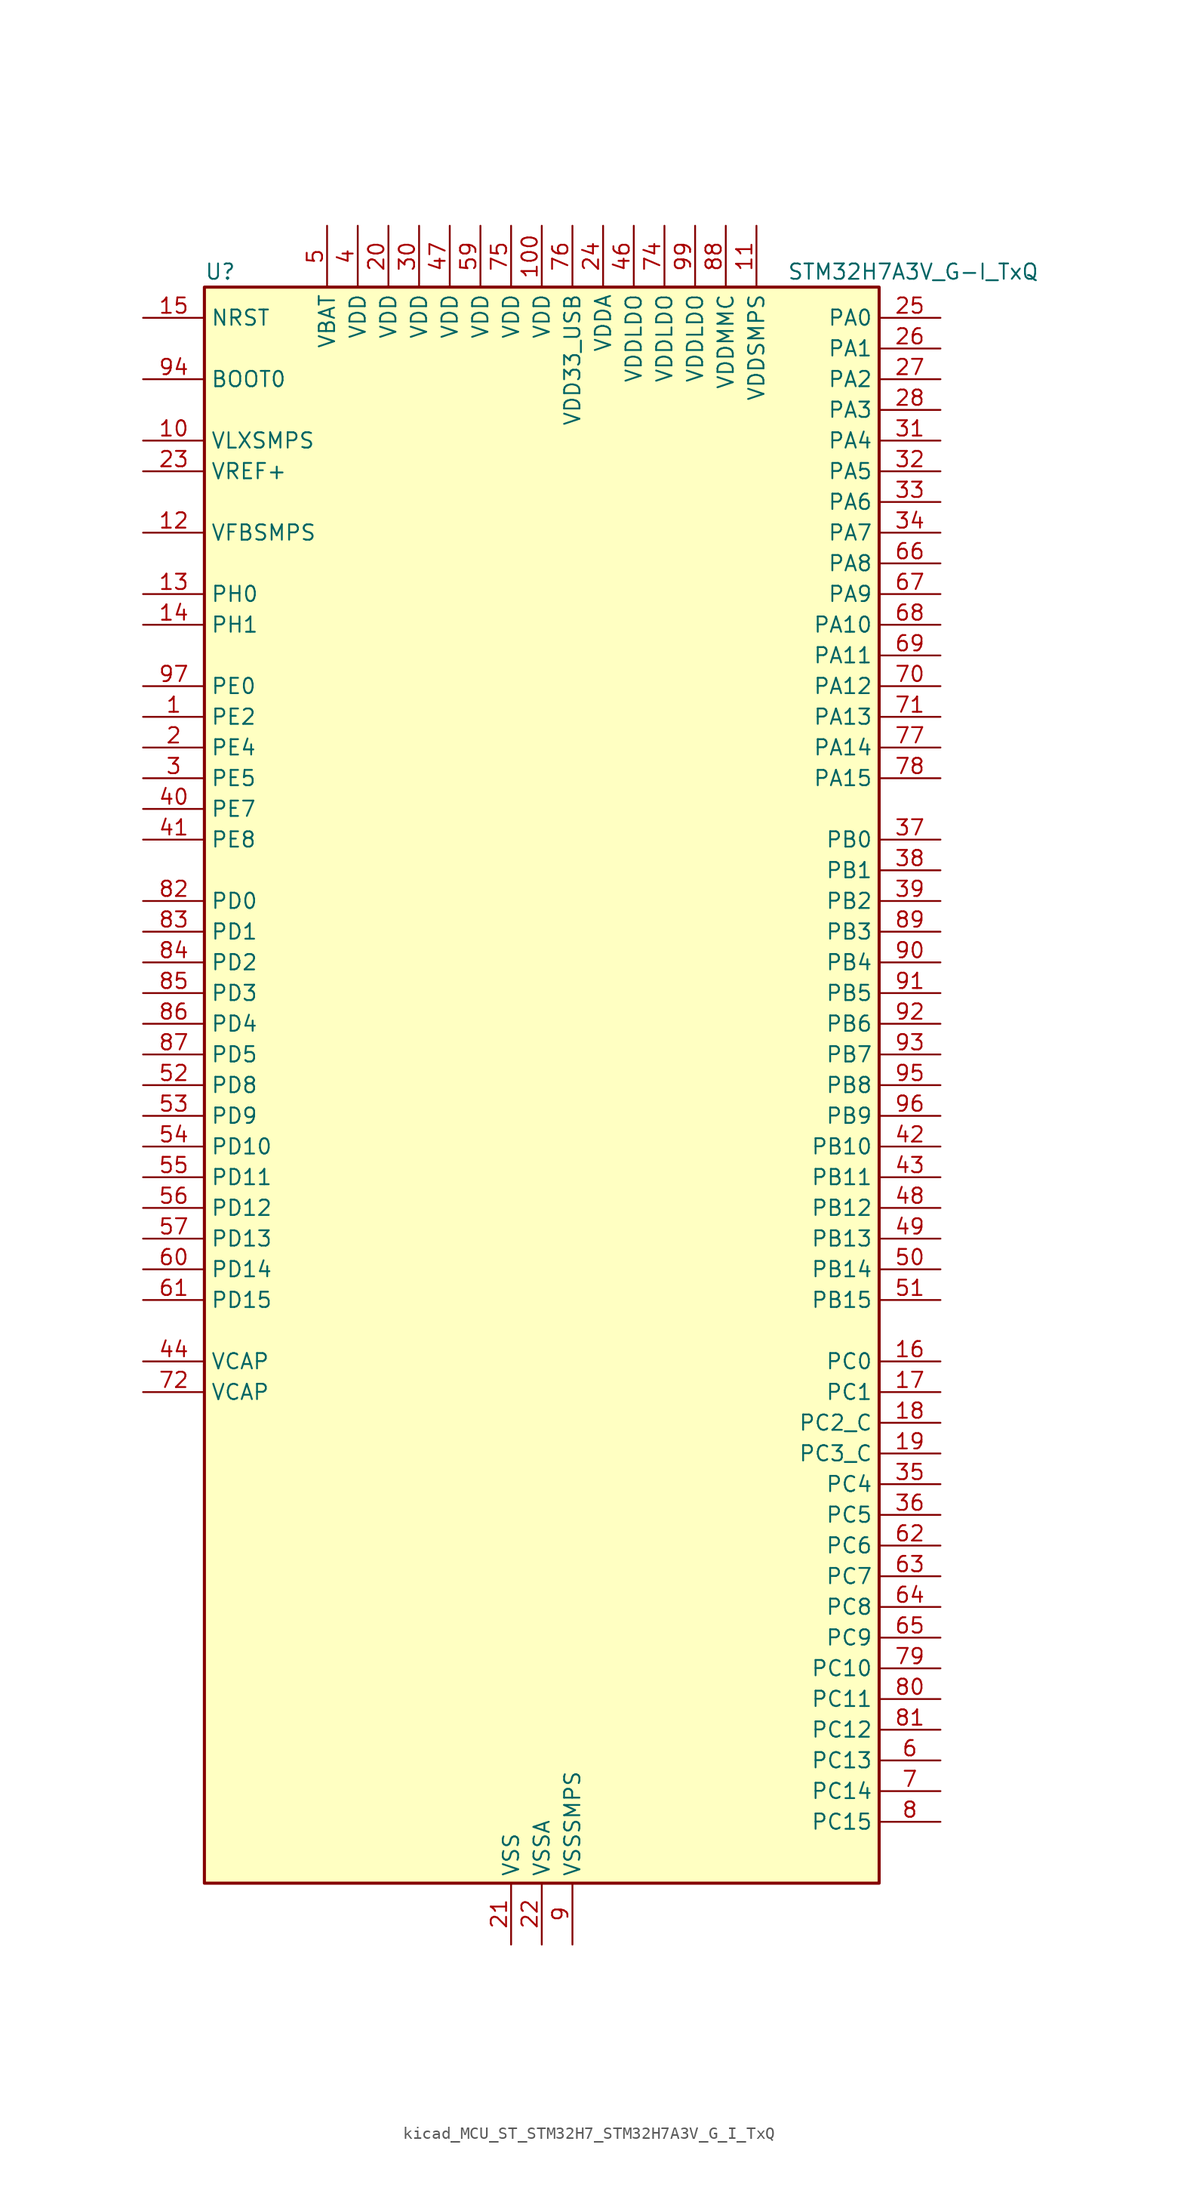
<source format=kicad_sym>
(kicad_symbol_lib
  (version 20220914)
  (generator kicad_symbol_editor)
  (symbol "kicad_MCU_ST_STM32H7_STM32H7A3V_G_I_TxQ"
    (property "Reference" "U"
      (at -27.94 67.31 0)
      (effects (font (size 1.27 1.27)) (justify left)))
    (property "Value" "STM32H7A3V_G-I_TxQ"
      (at 20.32 67.31 0)
      (effects (font (size 1.27 1.27)) (justify left)))
    (property "ki_locked" ""
      (at 0 0 0)
      (effects (font (size 1.27 1.27))))
    (symbol "kicad_MCU_ST_STM32H7_STM32H7A3V_G_I_TxQ_0_1"
      (rectangle (start -27.94 -66.04) (end 27.94 66.04) (stroke (width 0.254) (type default)) (fill (type background))))
    (symbol "kicad_MCU_ST_STM32H7_STM32H7A3V_G_I_TxQ_1_1"
      (pin bidirectional line (at -33.02 30.48 0) (length 5.08) (name "PE2" (effects (font (size 1.27 1.27)))) (number "1" (effects (font (size 1.27 1.27)))) (alternate "DEBUG_TRACECLK" bidirectional line) (alternate "FMC_A23" bidirectional line) (alternate "OCTOSPIM_P1_IO2" bidirectional line) (alternate "SAI1_CK1" bidirectional line) (alternate "SAI1_MCLK_A" bidirectional line) (alternate "SPI4_SCK" bidirectional line))
      (pin power_in line (at -33.02 53.34 0) (length 5.08) (name "VLXSMPS" (effects (font (size 1.27 1.27)))) (number "10" (effects (font (size 1.27 1.27)))))
      (pin power_in line (at 0 71.12 270) (length 5.08) (name "VDD" (effects (font (size 1.27 1.27)))) (number "100" (effects (font (size 1.27 1.27)))))
      (pin power_in line (at 17.78 71.12 270) (length 5.08) (name "VDDSMPS" (effects (font (size 1.27 1.27)))) (number "11" (effects (font (size 1.27 1.27)))))
      (pin input line (at -33.02 45.72 0) (length 5.08) (name "VFBSMPS" (effects (font (size 1.27 1.27)))) (number "12" (effects (font (size 1.27 1.27)))))
      (pin bidirectional line (at -33.02 40.64 0) (length 5.08) (name "PH0" (effects (font (size 1.27 1.27)))) (number "13" (effects (font (size 1.27 1.27)))) (alternate "RCC_OSC_IN" bidirectional line))
      (pin bidirectional line (at -33.02 38.1 0) (length 5.08) (name "PH1" (effects (font (size 1.27 1.27)))) (number "14" (effects (font (size 1.27 1.27)))) (alternate "RCC_OSC_OUT" bidirectional line))
      (pin input line (at -33.02 63.5 0) (length 5.08) (name "NRST" (effects (font (size 1.27 1.27)))) (number "15" (effects (font (size 1.27 1.27)))))
      (pin bidirectional line (at 33.02 -22.86 180) (length 5.08) (name "PC0" (effects (font (size 1.27 1.27)))) (number "16" (effects (font (size 1.27 1.27)))) (alternate "ADC1_INP10" bidirectional line) (alternate "ADC2_INP10" bidirectional line) (alternate "DFSDM1_CKIN0" bidirectional line) (alternate "DFSDM1_DATIN4" bidirectional line) (alternate "FMC_A25" bidirectional line) (alternate "FMC_SDNWE" bidirectional line) (alternate "LTDC_G2" bidirectional line) (alternate "LTDC_R5" bidirectional line) (alternate "SAI2_FS_B" bidirectional line) (alternate "USB_OTG_HS_ULPI_STP" bidirectional line))
      (pin bidirectional line (at 33.02 -25.4 180) (length 5.08) (name "PC1" (effects (font (size 1.27 1.27)))) (number "17" (effects (font (size 1.27 1.27)))) (alternate "ADC1_INN10" bidirectional line) (alternate "ADC1_INP11" bidirectional line) (alternate "ADC2_INN10" bidirectional line) (alternate "ADC2_INP11" bidirectional line) (alternate "DEBUG_TRACED0" bidirectional line) (alternate "DFSDM1_CKIN4" bidirectional line) (alternate "DFSDM1_DATIN0" bidirectional line) (alternate "I2S2_SDO" bidirectional line) (alternate "LTDC_G5" bidirectional line) (alternate "MDIOS_MDC" bidirectional line) (alternate "OCTOSPIM_P1_IO4" bidirectional line) (alternate "PWR_WKUP6" bidirectional line) (alternate "RTC_TAMP3" bidirectional line) (alternate "SAI1_D1" bidirectional line) (alternate "SAI1_SD_A" bidirectional line) (alternate "SDMMC2_CK" bidirectional line) (alternate "SPI2_MOSI" bidirectional line))
      (pin bidirectional line (at 33.02 -27.94 180) (length 5.08) (name "PC2_C" (effects (font (size 1.27 1.27)))) (number "18" (effects (font (size 1.27 1.27)))) (alternate "ADC2_INN1" bidirectional line) (alternate "ADC2_INP0" bidirectional line) (alternate "DFSDM1_CKIN1" bidirectional line) (alternate "DFSDM1_CKOUT" bidirectional line) (alternate "FMC_SDNE0" bidirectional line) (alternate "I2S2_SDI" bidirectional line) (alternate "OCTOSPIM_P1_IO2" bidirectional line) (alternate "OCTOSPIM_P1_IO5" bidirectional line) (alternate "PWR_CSTOP" bidirectional line) (alternate "SPI2_MISO" bidirectional line) (alternate "USB_OTG_HS_ULPI_DIR" bidirectional line))
      (pin bidirectional line (at 33.02 -30.48 180) (length 5.08) (name "PC3_C" (effects (font (size 1.27 1.27)))) (number "19" (effects (font (size 1.27 1.27)))) (alternate "ADC2_INP1" bidirectional line) (alternate "DFSDM1_DATIN1" bidirectional line) (alternate "FMC_SDCKE0" bidirectional line) (alternate "I2S2_SDO" bidirectional line) (alternate "OCTOSPIM_P1_IO0" bidirectional line) (alternate "OCTOSPIM_P1_IO6" bidirectional line) (alternate "PWR_CSLEEP" bidirectional line) (alternate "SPI2_MOSI" bidirectional line) (alternate "USB_OTG_HS_ULPI_NXT" bidirectional line))
      (pin bidirectional line (at -33.02 27.94 0) (length 5.08) (name "PE4" (effects (font (size 1.27 1.27)))) (number "2" (effects (font (size 1.27 1.27)))) (alternate "DCMI_D4" bidirectional line) (alternate "DEBUG_TRACED1" bidirectional line) (alternate "DFSDM1_DATIN3" bidirectional line) (alternate "FMC_A20" bidirectional line) (alternate "LTDC_B0" bidirectional line) (alternate "PSSI_D4" bidirectional line) (alternate "SAI1_D2" bidirectional line) (alternate "SAI1_FS_A" bidirectional line) (alternate "SPI4_NSS" bidirectional line) (alternate "TIM15_CH1N" bidirectional line))
      (pin power_in line (at -12.7 71.12 270) (length 5.08) (name "VDD" (effects (font (size 1.27 1.27)))) (number "20" (effects (font (size 1.27 1.27)))))
      (pin power_in line (at -2.54 -71.12 90) (length 5.08) (name "VSS" (effects (font (size 1.27 1.27)))) (number "21" (effects (font (size 1.27 1.27)))))
      (pin power_in line (at 0 -71.12 90) (length 5.08) (name "VSSA" (effects (font (size 1.27 1.27)))) (number "22" (effects (font (size 1.27 1.27)))))
      (pin input line (at -33.02 50.8 0) (length 5.08) (name "VREF+" (effects (font (size 1.27 1.27)))) (number "23" (effects (font (size 1.27 1.27)))) (alternate "VREFBUF_OUT" bidirectional line))
      (pin power_in line (at 5.08 71.12 270) (length 5.08) (name "VDDA" (effects (font (size 1.27 1.27)))) (number "24" (effects (font (size 1.27 1.27)))))
      (pin bidirectional line (at 33.02 63.5 180) (length 5.08) (name "PA0" (effects (font (size 1.27 1.27)))) (number "25" (effects (font (size 1.27 1.27)))) (alternate "ADC1_INP16" bidirectional line) (alternate "I2S6_WS" bidirectional line) (alternate "PWR_WKUP1" bidirectional line) (alternate "SAI2_SD_B" bidirectional line) (alternate "SDMMC2_CMD" bidirectional line) (alternate "SPI6_NSS" bidirectional line) (alternate "TIM15_BKIN" bidirectional line) (alternate "TIM2_CH1" bidirectional line) (alternate "TIM2_ETR" bidirectional line) (alternate "TIM5_CH1" bidirectional line) (alternate "TIM8_ETR" bidirectional line) (alternate "UART4_TX" bidirectional line) (alternate "USART2_CTS" bidirectional line) (alternate "USART2_NSS" bidirectional line))
      (pin bidirectional line (at 33.02 60.96 180) (length 5.08) (name "PA1" (effects (font (size 1.27 1.27)))) (number "26" (effects (font (size 1.27 1.27)))) (alternate "ADC1_INN16" bidirectional line) (alternate "ADC1_INP17" bidirectional line) (alternate "LPTIM3_OUT" bidirectional line) (alternate "LTDC_R2" bidirectional line) (alternate "OCTOSPIM_P1_DQS" bidirectional line) (alternate "OCTOSPIM_P1_IO3" bidirectional line) (alternate "SAI2_MCLK_B" bidirectional line) (alternate "TIM15_CH1N" bidirectional line) (alternate "TIM2_CH2" bidirectional line) (alternate "TIM5_CH2" bidirectional line) (alternate "UART4_RX" bidirectional line) (alternate "USART2_DE" bidirectional line) (alternate "USART2_RTS" bidirectional line))
      (pin bidirectional line (at 33.02 58.42 180) (length 5.08) (name "PA2" (effects (font (size 1.27 1.27)))) (number "27" (effects (font (size 1.27 1.27)))) (alternate "ADC1_INP14" bidirectional line) (alternate "DFSDM2_CKIN1" bidirectional line) (alternate "LTDC_R1" bidirectional line) (alternate "MDIOS_MDIO" bidirectional line) (alternate "PWR_WKUP2" bidirectional line) (alternate "SAI2_SCK_B" bidirectional line) (alternate "TIM15_CH1" bidirectional line) (alternate "TIM2_CH3" bidirectional line) (alternate "TIM5_CH3" bidirectional line) (alternate "USART2_TX" bidirectional line))
      (pin bidirectional line (at 33.02 55.88 180) (length 5.08) (name "PA3" (effects (font (size 1.27 1.27)))) (number "28" (effects (font (size 1.27 1.27)))) (alternate "ADC1_INP15" bidirectional line) (alternate "I2S6_MCK" bidirectional line) (alternate "LTDC_B2" bidirectional line) (alternate "LTDC_B5" bidirectional line) (alternate "OCTOSPIM_P1_CLK" bidirectional line) (alternate "TIM15_CH2" bidirectional line) (alternate "TIM2_CH4" bidirectional line) (alternate "TIM5_CH4" bidirectional line) (alternate "USART2_RX" bidirectional line) (alternate "USB_OTG_HS_ULPI_D0" bidirectional line))
      (pin passive line (at -2.54 -71.12 90) (length 5.08) hide (name "VSS" (effects (font (size 1.27 1.27)))) (number "29" (effects (font (size 1.27 1.27)))))
      (pin bidirectional line (at -33.02 25.4 0) (length 5.08) (name "PE5" (effects (font (size 1.27 1.27)))) (number "3" (effects (font (size 1.27 1.27)))) (alternate "DCMI_D6" bidirectional line) (alternate "DEBUG_TRACED2" bidirectional line) (alternate "DFSDM1_CKIN3" bidirectional line) (alternate "FMC_A21" bidirectional line) (alternate "LTDC_G0" bidirectional line) (alternate "PSSI_D6" bidirectional line) (alternate "SAI1_CK2" bidirectional line) (alternate "SAI1_SCK_A" bidirectional line) (alternate "SPI4_MISO" bidirectional line) (alternate "TIM15_CH1" bidirectional line))
      (pin power_in line (at -10.16 71.12 270) (length 5.08) (name "VDD" (effects (font (size 1.27 1.27)))) (number "30" (effects (font (size 1.27 1.27)))))
      (pin bidirectional line (at 33.02 53.34 180) (length 5.08) (name "PA4" (effects (font (size 1.27 1.27)))) (number "31" (effects (font (size 1.27 1.27)))) (alternate "ADC1_INP18" bidirectional line) (alternate "DAC1_OUT1" bidirectional line) (alternate "DCMI_HSYNC" bidirectional line) (alternate "I2S1_WS" bidirectional line) (alternate "I2S3_WS" bidirectional line) (alternate "I2S6_WS" bidirectional line) (alternate "LTDC_VSYNC" bidirectional line) (alternate "PSSI_DE" bidirectional line) (alternate "SPI1_NSS" bidirectional line) (alternate "SPI3_NSS" bidirectional line) (alternate "SPI6_NSS" bidirectional line) (alternate "TIM5_ETR" bidirectional line) (alternate "USART2_CK" bidirectional line))
      (pin bidirectional line (at 33.02 50.8 180) (length 5.08) (name "PA5" (effects (font (size 1.27 1.27)))) (number "32" (effects (font (size 1.27 1.27)))) (alternate "ADC1_INN18" bidirectional line) (alternate "ADC1_INP19" bidirectional line) (alternate "DAC1_OUT2" bidirectional line) (alternate "I2S1_CK" bidirectional line) (alternate "I2S6_CK" bidirectional line) (alternate "LTDC_R4" bidirectional line) (alternate "PSSI_D14" bidirectional line) (alternate "PWR_NDSTOP2" bidirectional line) (alternate "SPI1_SCK" bidirectional line) (alternate "SPI6_SCK" bidirectional line) (alternate "TIM2_CH1" bidirectional line) (alternate "TIM2_ETR" bidirectional line) (alternate "TIM8_CH1N" bidirectional line) (alternate "USB_OTG_HS_ULPI_CK" bidirectional line))
      (pin bidirectional line (at 33.02 48.26 180) (length 5.08) (name "PA6" (effects (font (size 1.27 1.27)))) (number "33" (effects (font (size 1.27 1.27)))) (alternate "ADC1_INP3" bidirectional line) (alternate "ADC2_INP3" bidirectional line) (alternate "DAC2_OUT1" bidirectional line) (alternate "DCMI_PIXCLK" bidirectional line) (alternate "I2S1_SDI" bidirectional line) (alternate "I2S6_SDI" bidirectional line) (alternate "LTDC_G2" bidirectional line) (alternate "MDIOS_MDC" bidirectional line) (alternate "OCTOSPIM_P1_IO3" bidirectional line) (alternate "PSSI_PDCK" bidirectional line) (alternate "SPI1_MISO" bidirectional line) (alternate "SPI6_MISO" bidirectional line) (alternate "TIM13_CH1" bidirectional line) (alternate "TIM1_BKIN" bidirectional line) (alternate "TIM1_BKIN_COMP1" bidirectional line) (alternate "TIM1_BKIN_COMP2" bidirectional line) (alternate "TIM3_CH1" bidirectional line) (alternate "TIM8_BKIN" bidirectional line) (alternate "TIM8_BKIN_COMP1" bidirectional line) (alternate "TIM8_BKIN_COMP2" bidirectional line))
      (pin bidirectional line (at 33.02 45.72 180) (length 5.08) (name "PA7" (effects (font (size 1.27 1.27)))) (number "34" (effects (font (size 1.27 1.27)))) (alternate "ADC1_INN3" bidirectional line) (alternate "ADC1_INP7" bidirectional line) (alternate "ADC2_INN3" bidirectional line) (alternate "ADC2_INP7" bidirectional line) (alternate "DFSDM2_DATIN1" bidirectional line) (alternate "FMC_SDNWE" bidirectional line) (alternate "I2S1_SDO" bidirectional line) (alternate "I2S6_SDO" bidirectional line) (alternate "LTDC_VSYNC" bidirectional line) (alternate "OCTOSPIM_P1_IO2" bidirectional line) (alternate "OPAMP1_VINM" bidirectional line) (alternate "SPI1_MOSI" bidirectional line) (alternate "SPI6_MOSI" bidirectional line) (alternate "TIM14_CH1" bidirectional line) (alternate "TIM1_CH1N" bidirectional line) (alternate "TIM3_CH2" bidirectional line) (alternate "TIM8_CH1N" bidirectional line))
      (pin bidirectional line (at 33.02 -33.02 180) (length 5.08) (name "PC4" (effects (font (size 1.27 1.27)))) (number "35" (effects (font (size 1.27 1.27)))) (alternate "ADC1_INP4" bidirectional line) (alternate "ADC2_INP4" bidirectional line) (alternate "COMP1_INM" bidirectional line) (alternate "DFSDM1_CKIN2" bidirectional line) (alternate "FMC_SDNE0" bidirectional line) (alternate "I2S1_MCK" bidirectional line) (alternate "LTDC_R7" bidirectional line) (alternate "OPAMP1_VOUT" bidirectional line))
      (pin bidirectional line (at 33.02 -35.56 180) (length 5.08) (name "PC5" (effects (font (size 1.27 1.27)))) (number "36" (effects (font (size 1.27 1.27)))) (alternate "ADC1_INN4" bidirectional line) (alternate "ADC1_INP8" bidirectional line) (alternate "ADC2_INN4" bidirectional line) (alternate "ADC2_INP8" bidirectional line) (alternate "COMP1_OUT" bidirectional line) (alternate "DFSDM1_DATIN2" bidirectional line) (alternate "FMC_SDCKE0" bidirectional line) (alternate "LTDC_DE" bidirectional line) (alternate "OCTOSPIM_P1_DQS" bidirectional line) (alternate "OPAMP1_VINM" bidirectional line) (alternate "PSSI_D15" bidirectional line) (alternate "SAI1_D3" bidirectional line))
      (pin bidirectional line (at 33.02 20.32 180) (length 5.08) (name "PB0" (effects (font (size 1.27 1.27)))) (number "37" (effects (font (size 1.27 1.27)))) (alternate "ADC1_INN5" bidirectional line) (alternate "ADC1_INP9" bidirectional line) (alternate "ADC2_INN5" bidirectional line) (alternate "ADC2_INP9" bidirectional line) (alternate "COMP1_INP" bidirectional line) (alternate "DFSDM1_CKOUT" bidirectional line) (alternate "DFSDM2_CKOUT" bidirectional line) (alternate "LTDC_G1" bidirectional line) (alternate "LTDC_R3" bidirectional line) (alternate "OCTOSPIM_P1_IO1" bidirectional line) (alternate "OPAMP1_VINP" bidirectional line) (alternate "TIM1_CH2N" bidirectional line) (alternate "TIM3_CH3" bidirectional line) (alternate "TIM8_CH2N" bidirectional line) (alternate "UART4_CTS" bidirectional line) (alternate "USB_OTG_HS_ULPI_D1" bidirectional line))
      (pin bidirectional line (at 33.02 17.78 180) (length 5.08) (name "PB1" (effects (font (size 1.27 1.27)))) (number "38" (effects (font (size 1.27 1.27)))) (alternate "ADC1_INP5" bidirectional line) (alternate "ADC2_INP5" bidirectional line) (alternate "COMP1_INM" bidirectional line) (alternate "DFSDM1_DATIN1" bidirectional line) (alternate "LTDC_G0" bidirectional line) (alternate "LTDC_R6" bidirectional line) (alternate "OCTOSPIM_P1_IO0" bidirectional line) (alternate "TIM1_CH3N" bidirectional line) (alternate "TIM3_CH4" bidirectional line) (alternate "TIM8_CH3N" bidirectional line) (alternate "USB_OTG_HS_ULPI_D2" bidirectional line))
      (pin bidirectional line (at 33.02 15.24 180) (length 5.08) (name "PB2" (effects (font (size 1.27 1.27)))) (number "39" (effects (font (size 1.27 1.27)))) (alternate "COMP1_INP" bidirectional line) (alternate "DFSDM1_CKIN1" bidirectional line) (alternate "I2S3_SDO" bidirectional line) (alternate "OCTOSPIM_P1_CLK" bidirectional line) (alternate "OCTOSPIM_P1_DQS" bidirectional line) (alternate "RTC_OUT_ALARM" bidirectional line) (alternate "RTC_OUT_CALIB" bidirectional line) (alternate "SAI1_D1" bidirectional line) (alternate "SAI1_SD_A" bidirectional line) (alternate "SPI3_MOSI" bidirectional line))
      (pin power_in line (at -15.24 71.12 270) (length 5.08) (name "VDD" (effects (font (size 1.27 1.27)))) (number "4" (effects (font (size 1.27 1.27)))))
      (pin bidirectional line (at -33.02 22.86 0) (length 5.08) (name "PE7" (effects (font (size 1.27 1.27)))) (number "40" (effects (font (size 1.27 1.27)))) (alternate "COMP2_INM" bidirectional line) (alternate "DFSDM1_DATIN2" bidirectional line) (alternate "FMC_D4" bidirectional line) (alternate "FMC_DA4" bidirectional line) (alternate "OCTOSPIM_P1_IO4" bidirectional line) (alternate "OPAMP2_VOUT" bidirectional line) (alternate "TIM1_ETR" bidirectional line) (alternate "UART7_RX" bidirectional line))
      (pin bidirectional line (at -33.02 20.32 0) (length 5.08) (name "PE8" (effects (font (size 1.27 1.27)))) (number "41" (effects (font (size 1.27 1.27)))) (alternate "COMP2_OUT" bidirectional line) (alternate "DFSDM1_CKIN2" bidirectional line) (alternate "FMC_D5" bidirectional line) (alternate "FMC_DA5" bidirectional line) (alternate "OCTOSPIM_P1_IO5" bidirectional line) (alternate "OPAMP2_VINM" bidirectional line) (alternate "TIM1_CH1N" bidirectional line) (alternate "UART7_TX" bidirectional line))
      (pin bidirectional line (at 33.02 -5.08 180) (length 5.08) (name "PB10" (effects (font (size 1.27 1.27)))) (number "42" (effects (font (size 1.27 1.27)))) (alternate "DFSDM1_DATIN7" bidirectional line) (alternate "I2C2_SCL" bidirectional line) (alternate "I2S2_CK" bidirectional line) (alternate "LPTIM2_IN1" bidirectional line) (alternate "LTDC_G4" bidirectional line) (alternate "OCTOSPIM_P1_NCS" bidirectional line) (alternate "SPI2_SCK" bidirectional line) (alternate "TIM2_CH3" bidirectional line) (alternate "USART3_TX" bidirectional line) (alternate "USB_OTG_HS_ULPI_D3" bidirectional line))
      (pin bidirectional line (at 33.02 -7.62 180) (length 5.08) (name "PB11" (effects (font (size 1.27 1.27)))) (number "43" (effects (font (size 1.27 1.27)))) (alternate "ADC1_EXTI11" bidirectional line) (alternate "ADC2_EXTI11" bidirectional line) (alternate "DFSDM1_CKIN7" bidirectional line) (alternate "I2C2_SDA" bidirectional line) (alternate "LPTIM2_ETR" bidirectional line) (alternate "LTDC_G5" bidirectional line) (alternate "TIM2_CH4" bidirectional line) (alternate "USART3_RX" bidirectional line) (alternate "USB_OTG_HS_ULPI_D4" bidirectional line))
      (pin power_out line (at -33.02 -22.86 0) (length 5.08) (name "VCAP" (effects (font (size 1.27 1.27)))) (number "44" (effects (font (size 1.27 1.27)))))
      (pin passive line (at -2.54 -71.12 90) (length 5.08) hide (name "VSS" (effects (font (size 1.27 1.27)))) (number "45" (effects (font (size 1.27 1.27)))))
      (pin power_in line (at 7.62 71.12 270) (length 5.08) (name "VDDLDO" (effects (font (size 1.27 1.27)))) (number "46" (effects (font (size 1.27 1.27)))))
      (pin power_in line (at -7.62 71.12 270) (length 5.08) (name "VDD" (effects (font (size 1.27 1.27)))) (number "47" (effects (font (size 1.27 1.27)))))
      (pin bidirectional line (at 33.02 -10.16 180) (length 5.08) (name "PB12" (effects (font (size 1.27 1.27)))) (number "48" (effects (font (size 1.27 1.27)))) (alternate "DFSDM1_DATIN1" bidirectional line) (alternate "DFSDM2_DATIN1" bidirectional line) (alternate "FDCAN2_RX" bidirectional line) (alternate "I2C2_SMBA" bidirectional line) (alternate "I2S2_WS" bidirectional line) (alternate "OCTOSPIM_P1_NCLK" bidirectional line) (alternate "SPI2_NSS" bidirectional line) (alternate "TIM1_BKIN" bidirectional line) (alternate "TIM1_BKIN_COMP1" bidirectional line) (alternate "TIM1_BKIN_COMP2" bidirectional line) (alternate "UART5_RX" bidirectional line) (alternate "USART3_CK" bidirectional line) (alternate "USB_OTG_HS_ULPI_D5" bidirectional line))
      (pin bidirectional line (at 33.02 -12.7 180) (length 5.08) (name "PB13" (effects (font (size 1.27 1.27)))) (number "49" (effects (font (size 1.27 1.27)))) (alternate "DCMI_D2" bidirectional line) (alternate "DFSDM1_CKIN1" bidirectional line) (alternate "DFSDM2_CKIN1" bidirectional line) (alternate "FDCAN2_TX" bidirectional line) (alternate "I2S2_CK" bidirectional line) (alternate "LPTIM2_OUT" bidirectional line) (alternate "PSSI_D2" bidirectional line) (alternate "SDMMC1_D0" bidirectional line) (alternate "SPI2_SCK" bidirectional line) (alternate "TIM1_CH1N" bidirectional line) (alternate "UART5_TX" bidirectional line) (alternate "USART3_CTS" bidirectional line) (alternate "USART3_NSS" bidirectional line) (alternate "USB_OTG_HS_ULPI_D6" bidirectional line))
      (pin power_in line (at -17.78 71.12 270) (length 5.08) (name "VBAT" (effects (font (size 1.27 1.27)))) (number "5" (effects (font (size 1.27 1.27)))))
      (pin bidirectional line (at 33.02 -15.24 180) (length 5.08) (name "PB14" (effects (font (size 1.27 1.27)))) (number "50" (effects (font (size 1.27 1.27)))) (alternate "DFSDM1_DATIN2" bidirectional line) (alternate "I2S2_SDI" bidirectional line) (alternate "LTDC_CLK" bidirectional line) (alternate "SDMMC2_D0" bidirectional line) (alternate "SPI2_MISO" bidirectional line) (alternate "TIM12_CH1" bidirectional line) (alternate "TIM1_CH2N" bidirectional line) (alternate "TIM8_CH2N" bidirectional line) (alternate "UART4_DE" bidirectional line) (alternate "UART4_RTS" bidirectional line) (alternate "USART1_TX" bidirectional line) (alternate "USART3_DE" bidirectional line) (alternate "USART3_RTS" bidirectional line))
      (pin bidirectional line (at 33.02 -17.78 180) (length 5.08) (name "PB15" (effects (font (size 1.27 1.27)))) (number "51" (effects (font (size 1.27 1.27)))) (alternate "ADC1_EXTI15" bidirectional line) (alternate "ADC2_EXTI15" bidirectional line) (alternate "DFSDM1_CKIN2" bidirectional line) (alternate "I2S2_SDO" bidirectional line) (alternate "LTDC_G7" bidirectional line) (alternate "RTC_REFIN" bidirectional line) (alternate "SDMMC2_D1" bidirectional line) (alternate "SPI2_MOSI" bidirectional line) (alternate "TIM12_CH2" bidirectional line) (alternate "TIM1_CH3N" bidirectional line) (alternate "TIM8_CH3N" bidirectional line) (alternate "UART4_CTS" bidirectional line) (alternate "USART1_RX" bidirectional line))
      (pin bidirectional line (at -33.02 0 0) (length 5.08) (name "PD8" (effects (font (size 1.27 1.27)))) (number "52" (effects (font (size 1.27 1.27)))) (alternate "DFSDM1_CKIN3" bidirectional line) (alternate "FMC_D13" bidirectional line) (alternate "FMC_DA13" bidirectional line) (alternate "USART3_TX" bidirectional line))
      (pin bidirectional line (at -33.02 -2.54 0) (length 5.08) (name "PD9" (effects (font (size 1.27 1.27)))) (number "53" (effects (font (size 1.27 1.27)))) (alternate "DAC1_EXTI9" bidirectional line) (alternate "DFSDM1_DATIN3" bidirectional line) (alternate "FMC_D14" bidirectional line) (alternate "FMC_DA14" bidirectional line) (alternate "USART3_RX" bidirectional line))
      (pin bidirectional line (at -33.02 -5.08 0) (length 5.08) (name "PD10" (effects (font (size 1.27 1.27)))) (number "54" (effects (font (size 1.27 1.27)))) (alternate "DFSDM1_CKOUT" bidirectional line) (alternate "DFSDM2_CKOUT" bidirectional line) (alternate "FMC_D15" bidirectional line) (alternate "FMC_DA15" bidirectional line) (alternate "LTDC_B3" bidirectional line) (alternate "USART3_CK" bidirectional line))
      (pin bidirectional line (at -33.02 -7.62 0) (length 5.08) (name "PD11" (effects (font (size 1.27 1.27)))) (number "55" (effects (font (size 1.27 1.27)))) (alternate "ADC1_EXTI11" bidirectional line) (alternate "ADC2_EXTI11" bidirectional line) (alternate "FMC_A16" bidirectional line) (alternate "FMC_CLE" bidirectional line) (alternate "I2C4_SMBA" bidirectional line) (alternate "LPTIM2_IN2" bidirectional line) (alternate "OCTOSPIM_P1_IO0" bidirectional line) (alternate "SAI2_SD_A" bidirectional line) (alternate "USART3_CTS" bidirectional line) (alternate "USART3_NSS" bidirectional line))
      (pin bidirectional line (at -33.02 -10.16 0) (length 5.08) (name "PD12" (effects (font (size 1.27 1.27)))) (number "56" (effects (font (size 1.27 1.27)))) (alternate "DCMI_D12" bidirectional line) (alternate "FMC_A17" bidirectional line) (alternate "FMC_ALE" bidirectional line) (alternate "I2C4_SCL" bidirectional line) (alternate "LPTIM1_IN1" bidirectional line) (alternate "LPTIM2_IN1" bidirectional line) (alternate "OCTOSPIM_P1_IO1" bidirectional line) (alternate "PSSI_D12" bidirectional line) (alternate "SAI2_FS_A" bidirectional line) (alternate "TIM4_CH1" bidirectional line) (alternate "USART3_DE" bidirectional line) (alternate "USART3_RTS" bidirectional line))
      (pin bidirectional line (at -33.02 -12.7 0) (length 5.08) (name "PD13" (effects (font (size 1.27 1.27)))) (number "57" (effects (font (size 1.27 1.27)))) (alternate "DCMI_D13" bidirectional line) (alternate "FMC_A18" bidirectional line) (alternate "I2C4_SDA" bidirectional line) (alternate "LPTIM1_OUT" bidirectional line) (alternate "OCTOSPIM_P1_IO3" bidirectional line) (alternate "PSSI_D13" bidirectional line) (alternate "SAI2_SCK_A" bidirectional line) (alternate "TIM4_CH2" bidirectional line) (alternate "UART9_DE" bidirectional line) (alternate "UART9_RTS" bidirectional line))
      (pin passive line (at -2.54 -71.12 90) (length 5.08) hide (name "VSS" (effects (font (size 1.27 1.27)))) (number "58" (effects (font (size 1.27 1.27)))))
      (pin power_in line (at -5.08 71.12 270) (length 5.08) (name "VDD" (effects (font (size 1.27 1.27)))) (number "59" (effects (font (size 1.27 1.27)))))
      (pin bidirectional line (at 33.02 -55.88 180) (length 5.08) (name "PC13" (effects (font (size 1.27 1.27)))) (number "6" (effects (font (size 1.27 1.27)))) (alternate "PWR_WKUP4" bidirectional line) (alternate "RTC_OUT_ALARM" bidirectional line) (alternate "RTC_OUT_CALIB" bidirectional line) (alternate "RTC_TAMP1" bidirectional line) (alternate "RTC_TS" bidirectional line))
      (pin bidirectional line (at -33.02 -15.24 0) (length 5.08) (name "PD14" (effects (font (size 1.27 1.27)))) (number "60" (effects (font (size 1.27 1.27)))) (alternate "FMC_D0" bidirectional line) (alternate "FMC_DA0" bidirectional line) (alternate "TIM4_CH3" bidirectional line) (alternate "UART8_CTS" bidirectional line) (alternate "UART9_RX" bidirectional line))
      (pin bidirectional line (at -33.02 -17.78 0) (length 5.08) (name "PD15" (effects (font (size 1.27 1.27)))) (number "61" (effects (font (size 1.27 1.27)))) (alternate "ADC1_EXTI15" bidirectional line) (alternate "ADC2_EXTI15" bidirectional line) (alternate "FMC_D1" bidirectional line) (alternate "FMC_DA1" bidirectional line) (alternate "TIM4_CH4" bidirectional line) (alternate "UART8_DE" bidirectional line) (alternate "UART8_RTS" bidirectional line) (alternate "UART9_TX" bidirectional line))
      (pin bidirectional line (at 33.02 -38.1 180) (length 5.08) (name "PC6" (effects (font (size 1.27 1.27)))) (number "62" (effects (font (size 1.27 1.27)))) (alternate "DCMI_D0" bidirectional line) (alternate "DFSDM1_CKIN3" bidirectional line) (alternate "FMC_NWAIT" bidirectional line) (alternate "I2S2_MCK" bidirectional line) (alternate "LTDC_HSYNC" bidirectional line) (alternate "PSSI_D0" bidirectional line) (alternate "SDMMC1_D0DIR" bidirectional line) (alternate "SDMMC1_D6" bidirectional line) (alternate "SDMMC2_D6" bidirectional line) (alternate "SWPMI1_IO" bidirectional line) (alternate "TIM3_CH1" bidirectional line) (alternate "TIM8_CH1" bidirectional line) (alternate "USART6_TX" bidirectional line))
      (pin bidirectional line (at 33.02 -40.64 180) (length 5.08) (name "PC7" (effects (font (size 1.27 1.27)))) (number "63" (effects (font (size 1.27 1.27)))) (alternate "DCMI_D1" bidirectional line) (alternate "DEBUG_TRGIO" bidirectional line) (alternate "DFSDM1_DATIN3" bidirectional line) (alternate "FMC_NE1" bidirectional line) (alternate "I2S3_MCK" bidirectional line) (alternate "LTDC_G6" bidirectional line) (alternate "PSSI_D1" bidirectional line) (alternate "SDMMC1_D123DIR" bidirectional line) (alternate "SDMMC1_D7" bidirectional line) (alternate "SDMMC2_D7" bidirectional line) (alternate "SWPMI1_TX" bidirectional line) (alternate "TIM3_CH2" bidirectional line) (alternate "TIM8_CH2" bidirectional line) (alternate "USART6_RX" bidirectional line))
      (pin bidirectional line (at 33.02 -43.18 180) (length 5.08) (name "PC8" (effects (font (size 1.27 1.27)))) (number "64" (effects (font (size 1.27 1.27)))) (alternate "DCMI_D2" bidirectional line) (alternate "DEBUG_TRACED1" bidirectional line) (alternate "FMC_INT" bidirectional line) (alternate "FMC_NCE" bidirectional line) (alternate "FMC_NE2" bidirectional line) (alternate "PSSI_D2" bidirectional line) (alternate "SDMMC1_D0" bidirectional line) (alternate "SWPMI1_RX" bidirectional line) (alternate "TIM3_CH3" bidirectional line) (alternate "TIM8_CH3" bidirectional line) (alternate "UART5_DE" bidirectional line) (alternate "UART5_RTS" bidirectional line) (alternate "USART6_CK" bidirectional line))
      (pin bidirectional line (at 33.02 -45.72 180) (length 5.08) (name "PC9" (effects (font (size 1.27 1.27)))) (number "65" (effects (font (size 1.27 1.27)))) (alternate "DAC1_EXTI9" bidirectional line) (alternate "DCMI_D3" bidirectional line) (alternate "I2C3_SDA" bidirectional line) (alternate "I2S_CKIN" bidirectional line) (alternate "LTDC_B2" bidirectional line) (alternate "LTDC_G3" bidirectional line) (alternate "OCTOSPIM_P1_IO0" bidirectional line) (alternate "PSSI_D3" bidirectional line) (alternate "RCC_MCO_2" bidirectional line) (alternate "SDMMC1_D1" bidirectional line) (alternate "SWPMI1_SUSPEND" bidirectional line) (alternate "TIM3_CH4" bidirectional line) (alternate "TIM8_CH4" bidirectional line) (alternate "UART5_CTS" bidirectional line))
      (pin bidirectional line (at 33.02 43.18 180) (length 5.08) (name "PA8" (effects (font (size 1.27 1.27)))) (number "66" (effects (font (size 1.27 1.27)))) (alternate "I2C3_SCL" bidirectional line) (alternate "LTDC_B3" bidirectional line) (alternate "LTDC_R6" bidirectional line) (alternate "RCC_MCO_1" bidirectional line) (alternate "TIM1_CH1" bidirectional line) (alternate "TIM8_BKIN2" bidirectional line) (alternate "TIM8_BKIN2_COMP1" bidirectional line) (alternate "TIM8_BKIN2_COMP2" bidirectional line) (alternate "UART7_RX" bidirectional line) (alternate "USART1_CK" bidirectional line) (alternate "USB_OTG_HS_SOF" bidirectional line))
      (pin bidirectional line (at 33.02 40.64 180) (length 5.08) (name "PA9" (effects (font (size 1.27 1.27)))) (number "67" (effects (font (size 1.27 1.27)))) (alternate "DAC1_EXTI9" bidirectional line) (alternate "DCMI_D0" bidirectional line) (alternate "I2C3_SMBA" bidirectional line) (alternate "I2S2_CK" bidirectional line) (alternate "LPUART1_TX" bidirectional line) (alternate "LTDC_R5" bidirectional line) (alternate "PSSI_D0" bidirectional line) (alternate "SPI2_SCK" bidirectional line) (alternate "TIM1_CH2" bidirectional line) (alternate "USART1_TX" bidirectional line) (alternate "USB_OTG_HS_VBUS" bidirectional line))
      (pin bidirectional line (at 33.02 38.1 180) (length 5.08) (name "PA10" (effects (font (size 1.27 1.27)))) (number "68" (effects (font (size 1.27 1.27)))) (alternate "DCMI_D1" bidirectional line) (alternate "LPUART1_RX" bidirectional line) (alternate "LTDC_B1" bidirectional line) (alternate "LTDC_B4" bidirectional line) (alternate "MDIOS_MDIO" bidirectional line) (alternate "PSSI_D1" bidirectional line) (alternate "TIM1_CH3" bidirectional line) (alternate "USART1_RX" bidirectional line) (alternate "USB_OTG_HS_ID" bidirectional line))
      (pin bidirectional line (at 33.02 35.56 180) (length 5.08) (name "PA11" (effects (font (size 1.27 1.27)))) (number "69" (effects (font (size 1.27 1.27)))) (alternate "ADC1_EXTI11" bidirectional line) (alternate "ADC2_EXTI11" bidirectional line) (alternate "FDCAN1_RX" bidirectional line) (alternate "I2S2_WS" bidirectional line) (alternate "LPUART1_CTS" bidirectional line) (alternate "LTDC_R4" bidirectional line) (alternate "SPI2_NSS" bidirectional line) (alternate "TIM1_CH4" bidirectional line) (alternate "UART4_RX" bidirectional line) (alternate "USART1_CTS" bidirectional line) (alternate "USART1_NSS" bidirectional line) (alternate "USB_OTG_HS_DM" bidirectional line))
      (pin bidirectional line (at 33.02 -58.42 180) (length 5.08) (name "PC14" (effects (font (size 1.27 1.27)))) (number "7" (effects (font (size 1.27 1.27)))) (alternate "RCC_OSC32_IN" bidirectional line))
      (pin bidirectional line (at 33.02 33.02 180) (length 5.08) (name "PA12" (effects (font (size 1.27 1.27)))) (number "70" (effects (font (size 1.27 1.27)))) (alternate "FDCAN1_TX" bidirectional line) (alternate "I2S2_CK" bidirectional line) (alternate "LPUART1_DE" bidirectional line) (alternate "LPUART1_RTS" bidirectional line) (alternate "LTDC_R5" bidirectional line) (alternate "SAI2_FS_B" bidirectional line) (alternate "SPI2_SCK" bidirectional line) (alternate "TIM1_ETR" bidirectional line) (alternate "UART4_TX" bidirectional line) (alternate "USART1_DE" bidirectional line) (alternate "USART1_RTS" bidirectional line) (alternate "USB_OTG_HS_DP" bidirectional line))
      (pin bidirectional line (at 33.02 30.48 180) (length 5.08) (name "PA13" (effects (font (size 1.27 1.27)))) (number "71" (effects (font (size 1.27 1.27)))) (alternate "DEBUG_JTMS-SWDIO" bidirectional line))
      (pin power_out line (at -33.02 -25.4 0) (length 5.08) (name "VCAP" (effects (font (size 1.27 1.27)))) (number "72" (effects (font (size 1.27 1.27)))))
      (pin passive line (at -2.54 -71.12 90) (length 5.08) hide (name "VSS" (effects (font (size 1.27 1.27)))) (number "73" (effects (font (size 1.27 1.27)))))
      (pin power_in line (at 10.16 71.12 270) (length 5.08) (name "VDDLDO" (effects (font (size 1.27 1.27)))) (number "74" (effects (font (size 1.27 1.27)))))
      (pin power_in line (at -2.54 71.12 270) (length 5.08) (name "VDD" (effects (font (size 1.27 1.27)))) (number "75" (effects (font (size 1.27 1.27)))))
      (pin power_in line (at 2.54 71.12 270) (length 5.08) (name "VDD33_USB" (effects (font (size 1.27 1.27)))) (number "76" (effects (font (size 1.27 1.27)))))
      (pin bidirectional line (at 33.02 27.94 180) (length 5.08) (name "PA14" (effects (font (size 1.27 1.27)))) (number "77" (effects (font (size 1.27 1.27)))) (alternate "DEBUG_JTCK-SWCLK" bidirectional line))
      (pin bidirectional line (at 33.02 25.4 180) (length 5.08) (name "PA15" (effects (font (size 1.27 1.27)))) (number "78" (effects (font (size 1.27 1.27)))) (alternate "ADC1_EXTI15" bidirectional line) (alternate "ADC2_EXTI15" bidirectional line) (alternate "CEC" bidirectional line) (alternate "DEBUG_JTDI" bidirectional line) (alternate "I2S1_WS" bidirectional line) (alternate "I2S3_WS" bidirectional line) (alternate "I2S6_WS" bidirectional line) (alternate "LTDC_B6" bidirectional line) (alternate "LTDC_R3" bidirectional line) (alternate "SPI1_NSS" bidirectional line) (alternate "SPI3_NSS" bidirectional line) (alternate "SPI6_NSS" bidirectional line) (alternate "TIM2_CH1" bidirectional line) (alternate "TIM2_ETR" bidirectional line) (alternate "UART4_DE" bidirectional line) (alternate "UART4_RTS" bidirectional line) (alternate "UART7_TX" bidirectional line))
      (pin bidirectional line (at 33.02 -48.26 180) (length 5.08) (name "PC10" (effects (font (size 1.27 1.27)))) (number "79" (effects (font (size 1.27 1.27)))) (alternate "DCMI_D8" bidirectional line) (alternate "DFSDM1_CKIN5" bidirectional line) (alternate "DFSDM2_CKIN0" bidirectional line) (alternate "I2S3_CK" bidirectional line) (alternate "LTDC_B1" bidirectional line) (alternate "LTDC_R2" bidirectional line) (alternate "OCTOSPIM_P1_IO1" bidirectional line) (alternate "PSSI_D8" bidirectional line) (alternate "SDMMC1_D2" bidirectional line) (alternate "SPI3_SCK" bidirectional line) (alternate "SWPMI1_RX" bidirectional line) (alternate "UART4_TX" bidirectional line) (alternate "USART3_TX" bidirectional line))
      (pin bidirectional line (at 33.02 -60.96 180) (length 5.08) (name "PC15" (effects (font (size 1.27 1.27)))) (number "8" (effects (font (size 1.27 1.27)))) (alternate "ADC1_EXTI15" bidirectional line) (alternate "ADC2_EXTI15" bidirectional line) (alternate "RCC_OSC32_OUT" bidirectional line))
      (pin bidirectional line (at 33.02 -50.8 180) (length 5.08) (name "PC11" (effects (font (size 1.27 1.27)))) (number "80" (effects (font (size 1.27 1.27)))) (alternate "ADC1_EXTI11" bidirectional line) (alternate "ADC2_EXTI11" bidirectional line) (alternate "DCMI_D4" bidirectional line) (alternate "DFSDM1_DATIN5" bidirectional line) (alternate "DFSDM2_DATIN0" bidirectional line) (alternate "I2S3_SDI" bidirectional line) (alternate "LTDC_B4" bidirectional line) (alternate "OCTOSPIM_P1_NCS" bidirectional line) (alternate "PSSI_D4" bidirectional line) (alternate "SDMMC1_D3" bidirectional line) (alternate "SPI3_MISO" bidirectional line) (alternate "UART4_RX" bidirectional line) (alternate "USART3_RX" bidirectional line))
      (pin bidirectional line (at 33.02 -53.34 180) (length 5.08) (name "PC12" (effects (font (size 1.27 1.27)))) (number "81" (effects (font (size 1.27 1.27)))) (alternate "DCMI_D9" bidirectional line) (alternate "DEBUG_TRACED3" bidirectional line) (alternate "DFSDM2_CKOUT" bidirectional line) (alternate "I2S3_SDO" bidirectional line) (alternate "I2S6_CK" bidirectional line) (alternate "LTDC_R6" bidirectional line) (alternate "PSSI_D9" bidirectional line) (alternate "SDMMC1_CK" bidirectional line) (alternate "SPI3_MOSI" bidirectional line) (alternate "SPI6_SCK" bidirectional line) (alternate "TIM15_CH1" bidirectional line) (alternate "UART5_TX" bidirectional line) (alternate "USART3_CK" bidirectional line))
      (pin bidirectional line (at -33.02 15.24 0) (length 5.08) (name "PD0" (effects (font (size 1.27 1.27)))) (number "82" (effects (font (size 1.27 1.27)))) (alternate "DFSDM1_CKIN6" bidirectional line) (alternate "FDCAN1_RX" bidirectional line) (alternate "FMC_D2" bidirectional line) (alternate "FMC_DA2" bidirectional line) (alternate "LTDC_B1" bidirectional line) (alternate "UART4_RX" bidirectional line) (alternate "UART9_CTS" bidirectional line))
      (pin bidirectional line (at -33.02 12.7 0) (length 5.08) (name "PD1" (effects (font (size 1.27 1.27)))) (number "83" (effects (font (size 1.27 1.27)))) (alternate "DFSDM1_DATIN6" bidirectional line) (alternate "FDCAN1_TX" bidirectional line) (alternate "FMC_D3" bidirectional line) (alternate "FMC_DA3" bidirectional line) (alternate "UART4_TX" bidirectional line))
      (pin bidirectional line (at -33.02 10.16 0) (length 5.08) (name "PD2" (effects (font (size 1.27 1.27)))) (number "84" (effects (font (size 1.27 1.27)))) (alternate "DCMI_D11" bidirectional line) (alternate "DEBUG_TRACED2" bidirectional line) (alternate "LTDC_B2" bidirectional line) (alternate "LTDC_B7" bidirectional line) (alternate "PSSI_D11" bidirectional line) (alternate "SDMMC1_CMD" bidirectional line) (alternate "TIM15_BKIN" bidirectional line) (alternate "TIM3_ETR" bidirectional line) (alternate "UART5_RX" bidirectional line))
      (pin bidirectional line (at -33.02 7.62 0) (length 5.08) (name "PD3" (effects (font (size 1.27 1.27)))) (number "85" (effects (font (size 1.27 1.27)))) (alternate "DCMI_D5" bidirectional line) (alternate "DFSDM1_CKOUT" bidirectional line) (alternate "FMC_CLK" bidirectional line) (alternate "I2S2_CK" bidirectional line) (alternate "LTDC_G7" bidirectional line) (alternate "PSSI_D5" bidirectional line) (alternate "SPI2_SCK" bidirectional line) (alternate "USART2_CTS" bidirectional line) (alternate "USART2_NSS" bidirectional line))
      (pin bidirectional line (at -33.02 5.08 0) (length 5.08) (name "PD4" (effects (font (size 1.27 1.27)))) (number "86" (effects (font (size 1.27 1.27)))) (alternate "FMC_NOE" bidirectional line) (alternate "OCTOSPIM_P1_IO4" bidirectional line) (alternate "USART2_DE" bidirectional line) (alternate "USART2_RTS" bidirectional line))
      (pin bidirectional line (at -33.02 2.54 0) (length 5.08) (name "PD5" (effects (font (size 1.27 1.27)))) (number "87" (effects (font (size 1.27 1.27)))) (alternate "FMC_NWE" bidirectional line) (alternate "OCTOSPIM_P1_IO5" bidirectional line) (alternate "USART2_TX" bidirectional line))
      (pin power_in line (at 15.24 71.12 270) (length 5.08) (name "VDDMMC" (effects (font (size 1.27 1.27)))) (number "88" (effects (font (size 1.27 1.27)))))
      (pin bidirectional line (at 33.02 12.7 180) (length 5.08) (name "PB3" (effects (font (size 1.27 1.27)))) (number "89" (effects (font (size 1.27 1.27)))) (alternate "CRS_SYNC" bidirectional line) (alternate "DEBUG_JTDO-SWO" bidirectional line) (alternate "I2S1_CK" bidirectional line) (alternate "I2S3_CK" bidirectional line) (alternate "I2S6_CK" bidirectional line) (alternate "SDMMC2_D2" bidirectional line) (alternate "SPI1_SCK" bidirectional line) (alternate "SPI3_SCK" bidirectional line) (alternate "SPI6_SCK" bidirectional line) (alternate "TIM2_CH2" bidirectional line) (alternate "UART7_RX" bidirectional line))
      (pin power_in line (at 2.54 -71.12 90) (length 5.08) (name "VSSSMPS" (effects (font (size 1.27 1.27)))) (number "9" (effects (font (size 1.27 1.27)))))
      (pin bidirectional line (at 33.02 10.16 180) (length 5.08) (name "PB4" (effects (font (size 1.27 1.27)))) (number "90" (effects (font (size 1.27 1.27)))) (alternate "DEBUG_JTRST" bidirectional line) (alternate "I2S1_SDI" bidirectional line) (alternate "I2S2_WS" bidirectional line) (alternate "I2S3_SDI" bidirectional line) (alternate "I2S6_SDI" bidirectional line) (alternate "SDMMC2_D3" bidirectional line) (alternate "SPI1_MISO" bidirectional line) (alternate "SPI2_NSS" bidirectional line) (alternate "SPI3_MISO" bidirectional line) (alternate "SPI6_MISO" bidirectional line) (alternate "TIM16_BKIN" bidirectional line) (alternate "TIM3_CH1" bidirectional line) (alternate "UART7_TX" bidirectional line))
      (pin bidirectional line (at 33.02 7.62 180) (length 5.08) (name "PB5" (effects (font (size 1.27 1.27)))) (number "91" (effects (font (size 1.27 1.27)))) (alternate "DCMI_D10" bidirectional line) (alternate "FDCAN2_RX" bidirectional line) (alternate "FMC_SDCKE1" bidirectional line) (alternate "I2C1_SMBA" bidirectional line) (alternate "I2C4_SMBA" bidirectional line) (alternate "I2S1_SDO" bidirectional line) (alternate "I2S3_SDO" bidirectional line) (alternate "I2S6_SDO" bidirectional line) (alternate "LTDC_B5" bidirectional line) (alternate "PSSI_D10" bidirectional line) (alternate "SPI1_MOSI" bidirectional line) (alternate "SPI3_MOSI" bidirectional line) (alternate "SPI6_MOSI" bidirectional line) (alternate "TIM17_BKIN" bidirectional line) (alternate "TIM3_CH2" bidirectional line) (alternate "UART5_RX" bidirectional line) (alternate "USB_OTG_HS_ULPI_D7" bidirectional line))
      (pin bidirectional line (at 33.02 5.08 180) (length 5.08) (name "PB6" (effects (font (size 1.27 1.27)))) (number "92" (effects (font (size 1.27 1.27)))) (alternate "CEC" bidirectional line) (alternate "DCMI_D5" bidirectional line) (alternate "DFSDM1_DATIN5" bidirectional line) (alternate "FDCAN2_TX" bidirectional line) (alternate "FMC_SDNE1" bidirectional line) (alternate "I2C1_SCL" bidirectional line) (alternate "I2C4_SCL" bidirectional line) (alternate "LPUART1_TX" bidirectional line) (alternate "OCTOSPIM_P1_NCS" bidirectional line) (alternate "PSSI_D5" bidirectional line) (alternate "TIM16_CH1N" bidirectional line) (alternate "TIM4_CH1" bidirectional line) (alternate "UART5_TX" bidirectional line) (alternate "USART1_TX" bidirectional line))
      (pin bidirectional line (at 33.02 2.54 180) (length 5.08) (name "PB7" (effects (font (size 1.27 1.27)))) (number "93" (effects (font (size 1.27 1.27)))) (alternate "DCMI_VSYNC" bidirectional line) (alternate "DFSDM1_CKIN5" bidirectional line) (alternate "FMC_NL" bidirectional line) (alternate "I2C1_SDA" bidirectional line) (alternate "I2C4_SDA" bidirectional line) (alternate "LPUART1_RX" bidirectional line) (alternate "PSSI_RDY" bidirectional line) (alternate "PWR_PVD_IN" bidirectional line) (alternate "TIM17_CH1N" bidirectional line) (alternate "TIM4_CH2" bidirectional line) (alternate "USART1_RX" bidirectional line))
      (pin input line (at -33.02 58.42 0) (length 5.08) (name "BOOT0" (effects (font (size 1.27 1.27)))) (number "94" (effects (font (size 1.27 1.27)))))
      (pin bidirectional line (at 33.02 0 180) (length 5.08) (name "PB8" (effects (font (size 1.27 1.27)))) (number "95" (effects (font (size 1.27 1.27)))) (alternate "DCMI_D6" bidirectional line) (alternate "DFSDM1_CKIN7" bidirectional line) (alternate "FDCAN1_RX" bidirectional line) (alternate "I2C1_SCL" bidirectional line) (alternate "I2C4_SCL" bidirectional line) (alternate "LTDC_B6" bidirectional line) (alternate "PSSI_D6" bidirectional line) (alternate "SDMMC1_CKIN" bidirectional line) (alternate "SDMMC1_D4" bidirectional line) (alternate "SDMMC2_D4" bidirectional line) (alternate "TIM16_CH1" bidirectional line) (alternate "TIM4_CH3" bidirectional line) (alternate "UART4_RX" bidirectional line))
      (pin bidirectional line (at 33.02 -2.54 180) (length 5.08) (name "PB9" (effects (font (size 1.27 1.27)))) (number "96" (effects (font (size 1.27 1.27)))) (alternate "DAC1_EXTI9" bidirectional line) (alternate "DCMI_D7" bidirectional line) (alternate "DFSDM1_DATIN7" bidirectional line) (alternate "FDCAN1_TX" bidirectional line) (alternate "I2C1_SDA" bidirectional line) (alternate "I2C4_SDA" bidirectional line) (alternate "I2C4_SMBA" bidirectional line) (alternate "I2S2_WS" bidirectional line) (alternate "LTDC_B7" bidirectional line) (alternate "PSSI_D7" bidirectional line) (alternate "SDMMC1_CDIR" bidirectional line) (alternate "SDMMC1_D5" bidirectional line) (alternate "SDMMC2_D5" bidirectional line) (alternate "SPI2_NSS" bidirectional line) (alternate "TIM17_CH1" bidirectional line) (alternate "TIM4_CH4" bidirectional line) (alternate "UART4_TX" bidirectional line))
      (pin bidirectional line (at -33.02 33.02 0) (length 5.08) (name "PE0" (effects (font (size 1.27 1.27)))) (number "97" (effects (font (size 1.27 1.27)))) (alternate "DCMI_D2" bidirectional line) (alternate "FMC_NBL0" bidirectional line) (alternate "LPTIM1_ETR" bidirectional line) (alternate "LPTIM2_ETR" bidirectional line) (alternate "LTDC_R0" bidirectional line) (alternate "PSSI_D2" bidirectional line) (alternate "SAI2_MCLK_A" bidirectional line) (alternate "TIM4_ETR" bidirectional line) (alternate "UART8_RX" bidirectional line))
      (pin passive line (at -2.54 -71.12 90) (length 5.08) hide (name "VSS" (effects (font (size 1.27 1.27)))) (number "98" (effects (font (size 1.27 1.27)))))
      (pin power_in line (at 12.7 71.12 270) (length 5.08) (name "VDDLDO" (effects (font (size 1.27 1.27)))) (number "99" (effects (font (size 1.27 1.27))))))))
</source>
